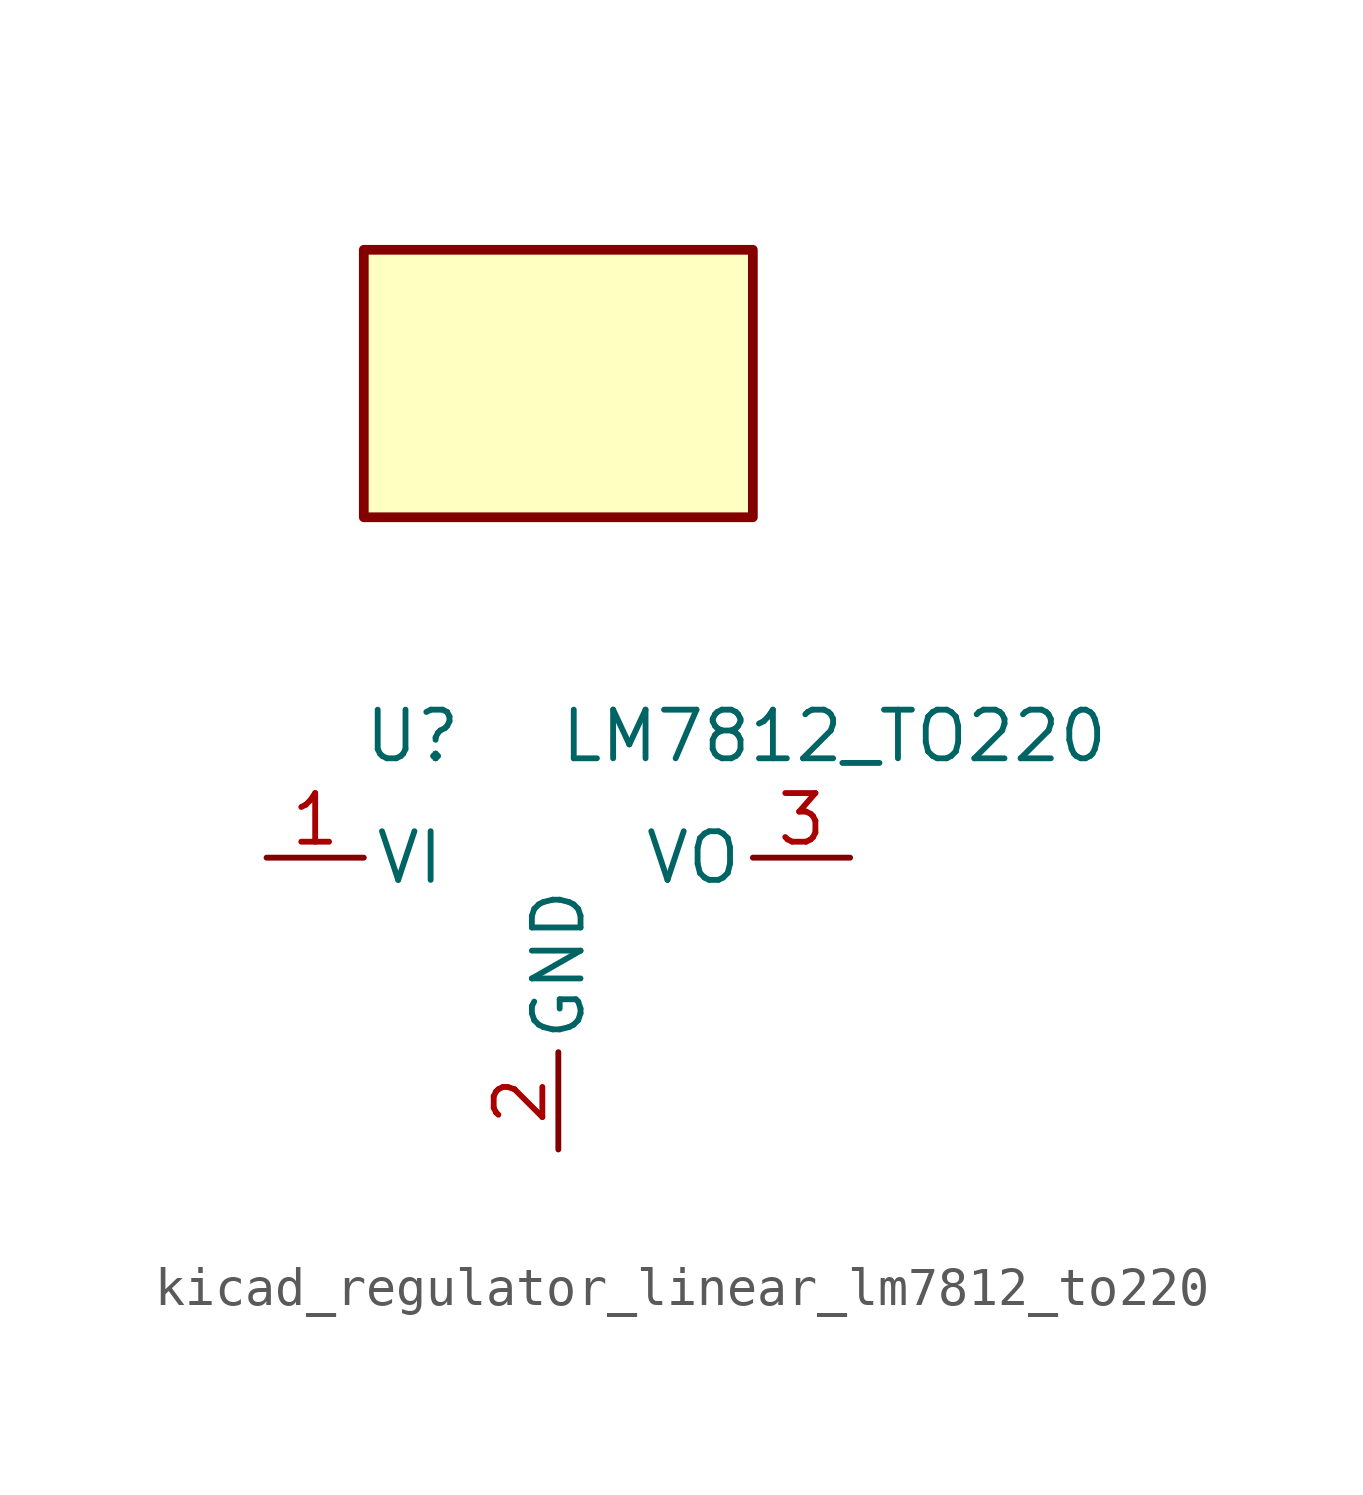
<source format=kicad_sym>
(kicad_symbol_lib
  (version 20220914)
  (generator kicad_symbol_editor)
  (symbol "kicad_regulator_linear_lm7812_to220"
    (pin_names
      (offset 0.254))
    (property "Reference" "U"
      (at -3.81 3.175 0)
      (effects (font (size 1.27 1.27))))
    (property "Value" "LM7812_TO220"
      (at 0 3.175 0)
      (effects (font (size 1.27 1.27)) (justify left)))
    (symbol "kicad_regulator_linear_lm7812_to220_0_1"
      (rectangle (start 5.08 15.875) (end -5.08 8.89) (stroke (width 0.254) (type default)) (fill (type background))))
    (symbol "kicad_regulator_linear_lm7812_to220_1_1"
      (pin power_in line (at -7.62 0 0) (length 2.54) (name "VI" (effects (font (size 1.27 1.27)))) (number "1" (effects (font (size 1.27 1.27)))))
      (pin power_in line (at 0 -7.62 90) (length 2.54) (name "GND" (effects (font (size 1.27 1.27)))) (number "2" (effects (font (size 1.27 1.27)))))
      (pin power_out line (at 7.62 0 180) (length 2.54) (name "VO" (effects (font (size 1.27 1.27)))) (number "3" (effects (font (size 1.27 1.27))))))))
</source>
